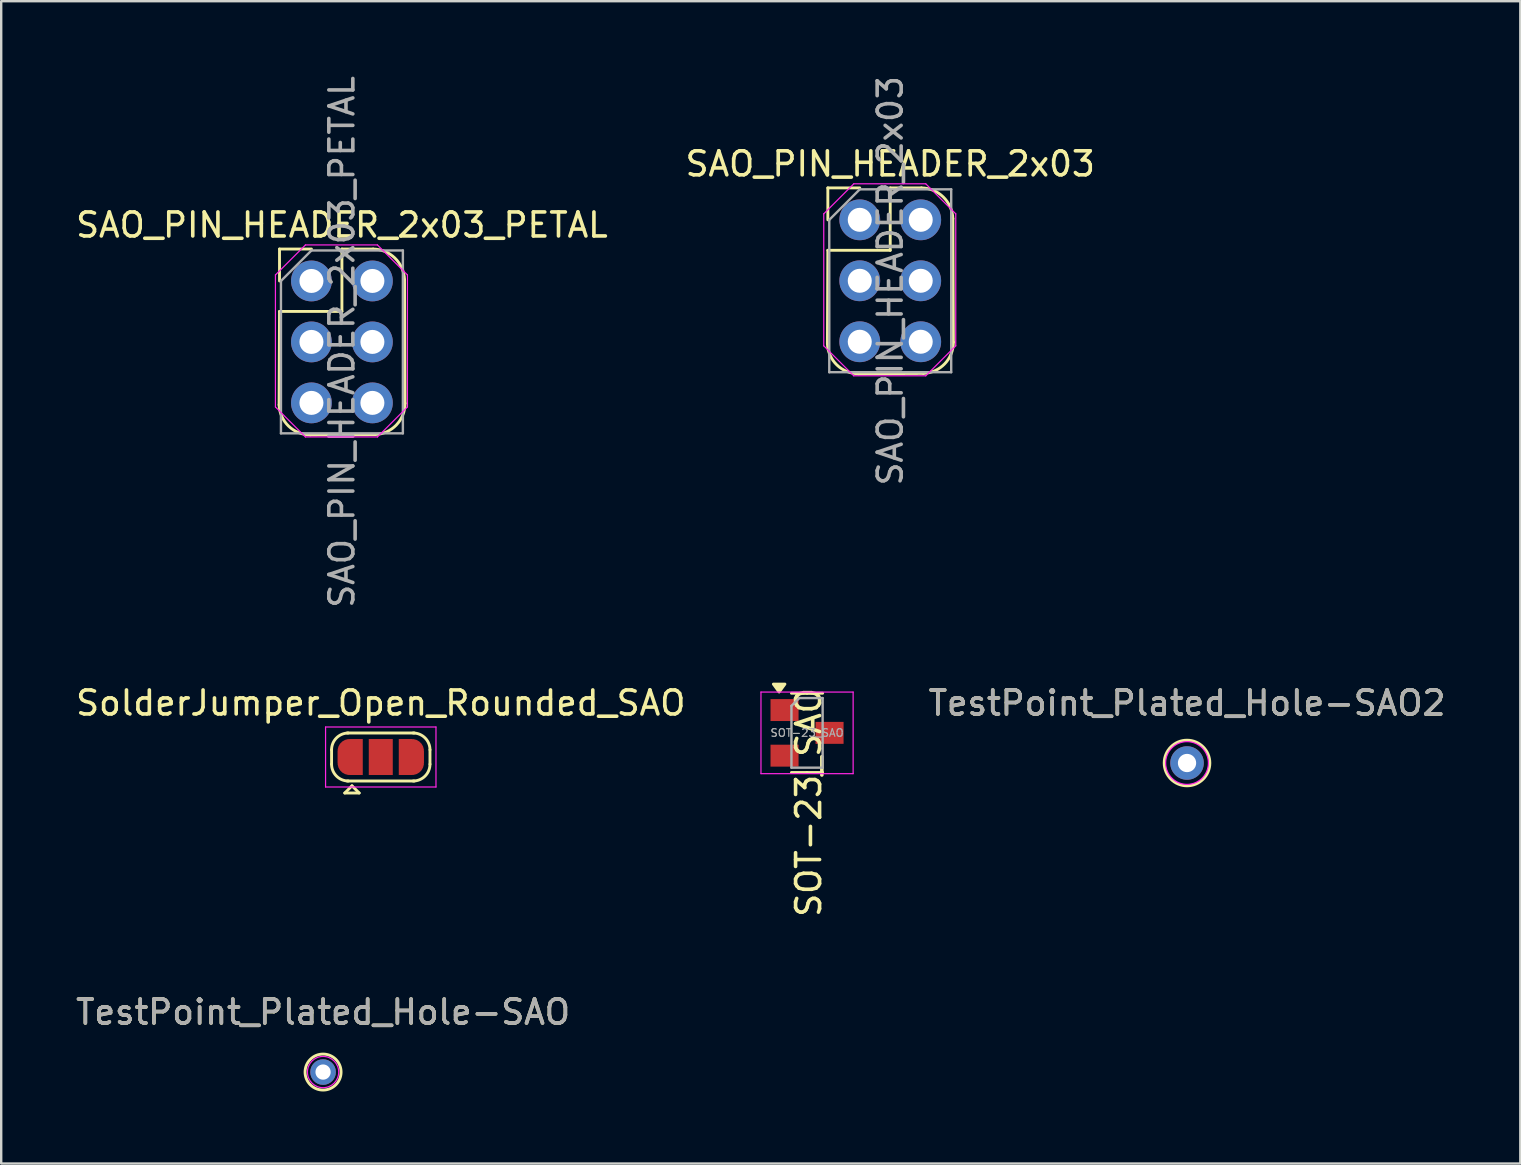
<source format=kicad_pcb>
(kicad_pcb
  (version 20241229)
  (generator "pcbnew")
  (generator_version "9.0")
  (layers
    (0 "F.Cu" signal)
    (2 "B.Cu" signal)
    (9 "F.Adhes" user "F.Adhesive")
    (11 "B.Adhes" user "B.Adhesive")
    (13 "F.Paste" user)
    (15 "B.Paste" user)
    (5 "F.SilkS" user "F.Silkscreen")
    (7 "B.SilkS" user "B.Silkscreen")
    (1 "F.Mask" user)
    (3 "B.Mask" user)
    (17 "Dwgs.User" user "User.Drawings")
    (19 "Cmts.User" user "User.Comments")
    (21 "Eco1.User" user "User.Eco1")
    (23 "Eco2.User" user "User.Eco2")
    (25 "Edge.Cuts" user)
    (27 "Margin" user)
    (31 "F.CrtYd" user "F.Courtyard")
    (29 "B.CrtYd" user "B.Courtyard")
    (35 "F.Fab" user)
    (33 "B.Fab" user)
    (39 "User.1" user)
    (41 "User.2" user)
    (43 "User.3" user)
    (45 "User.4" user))
  (footprint "SAO_PIN_HEADER_2x03"
    (layer "F.Cu")
    (at 32.772 6.109)
    (property "Reference" "SAO_PIN_HEADER_2x03" (at 1.27 -2.33 0) (layer "F.SilkS") (effects (font (size 1 1) (thickness 0.15))))
    (attr through_hole)
    (fp_line (start -1.33 -1.33) (end 0 -1.33) (stroke (width 0.12) (type solid)) (layer "F.SilkS"))
    (fp_line (start -1.33 0) (end -1.33 -1.33) (stroke (width 0.12) (type solid)) (layer "F.SilkS"))
    (fp_line (start -1.33 1.27) (end -1.348 5.163) (stroke (width 0.12) (type solid)) (layer "F.SilkS"))
    (fp_line (start -1.33 1.27) (end 1.27 1.27) (stroke (width 0.12) (type solid)) (layer "F.SilkS"))
    (fp_line (start -0.048 6.414) (end 2.65 6.4) (stroke (width 0.12) (type solid)) (layer "F.SilkS"))
    (fp_line (start 1.27 -1.33) (end 2.57 -1.33) (stroke (width 0.12) (type solid)) (layer "F.SilkS"))
    (fp_line (start 1.27 1.27) (end 1.27 -1.33) (stroke (width 0.12) (type solid)) (layer "F.SilkS"))
    (fp_line (start 3.879 -0.051) (end 3.901 5.1) (stroke (width 0.12) (type solid)) (layer "F.SilkS"))
    (fp_arc (start -0.047933 6.413532) (mid -0.95 6.05) (end -1.347933 5.162571) (stroke (width 0.12) (type default)) (layer "F.SilkS"))
    (fp_arc (start 2.57 -1.33) (mid 3.479487 -0.951501) (end 3.879167 -0.051122) (stroke (width 0.12) (type default)) (layer "F.SilkS"))
    (fp_arc (start 3.900961 5.1) (mid 3.537429 6.002067) (end 2.65 6.4) (stroke (width 0.12) (type default)) (layer "F.SilkS"))
    (fp_line (start -1.5 -0.25) (end -1.5 5.25) (stroke (width 0.05) (type solid)) (layer "F.CrtYd"))
    (fp_line (start -0.25 -1.5) (end -1.5 -0.25) (stroke (width 0.05) (type default)) (layer "F.CrtYd"))
    (fp_line (start -0.25 6.5) (end -1.5 5.25) (stroke (width 0.05) (type default)) (layer "F.CrtYd"))
    (fp_line (start -0.25 6.5) (end 2.75 6.5) (stroke (width 0.05) (type solid)) (layer "F.CrtYd"))
    (fp_line (start 2.75 -1.5) (end -0.25 -1.5) (stroke (width 0.05) (type solid)) (layer "F.CrtYd"))
    (fp_line (start 2.75 6.5) (end 4 5.25) (stroke (width 0.05) (type default)) (layer "F.CrtYd"))
    (fp_line (start 4 -0.25) (end 2.75 -1.5) (stroke (width 0.05) (type default)) (layer "F.CrtYd"))
    (fp_line (start 4 5.25) (end 4 -0.25) (stroke (width 0.05) (type solid)) (layer "F.CrtYd"))
    (fp_line (start -1.27 0) (end 0 -1.27) (stroke (width 0.1) (type solid)) (layer "F.Fab"))
    (fp_line (start -1.27 6.35) (end -1.27 0) (stroke (width 0.1) (type solid)) (layer "F.Fab"))
    (fp_line (start 0 -1.27) (end 3.81 -1.27) (stroke (width 0.1) (type solid)) (layer "F.Fab"))
    (fp_line (start 3.81 -1.27) (end 3.81 6.35) (stroke (width 0.1) (type solid)) (layer "F.Fab"))
    (fp_line (start 3.81 6.35) (end -1.27 6.35) (stroke (width 0.1) (type solid)) (layer "F.Fab"))
    (fp_text user "${REFERENCE}" (at 1.27 2.54 90) (layer "F.Fab") (effects (font (size 1 1) (thickness 0.15))))
    (pad "1" thru_hole oval (at 0 0) (size 1.7 1.7) (drill 1) (layers "*.Cu" "*.Mask"))
    (pad "2" thru_hole oval (at 2.54 0) (size 1.7 1.7) (drill 1) (layers "*.Cu" "*.Mask"))
    (pad "3" thru_hole oval (at 0 2.54) (size 1.7 1.7) (drill 1) (layers "*.Cu" "*.Mask"))
    (pad "4" thru_hole oval (at 2.54 2.54) (size 1.7 1.7) (drill 1) (layers "*.Cu" "*.Mask"))
    (pad "5" thru_hole oval (at 0 5.08) (size 1.7 1.7) (drill 1) (layers "*.Cu" "*.Mask"))
    (pad "6" thru_hole oval (at 2.54 5.08) (size 1.7 1.7) (drill 1) (layers "*.Cu" "*.Mask")))
  (footprint "TestPoint_Plated_Hole-SAO"
    (layer "F.Cu")
    (at 10.411 41.618)
    (property "Reference" "TestPoint_Plated_Hole-SAO" (at 0 -2.498 0) (layer "F.SilkS") (effects (font (size 1 1) (thickness 0.15))))
    (attr exclude_from_pos_files exclude_from_bom)
    (fp_circle (center 0 0) (end 0 -0.75) (stroke (width 0.12) (type solid)) (fill no) (layer "F.SilkS"))
    (fp_circle (center 0 0) (end 0.65 -0.05) (stroke (width 0.05) (type solid)) (fill no) (layer "F.CrtYd"))
    (fp_text user "${REFERENCE}" (at 0 -2.5 0) (layer "F.Fab") (effects (font (size 1 1) (thickness 0.15))))
    (pad "1" thru_hole circle (at 0 0) (size 1.067 1.067) (drill 0.635) (layers "*.Cu" "*.Mask")))
  (footprint "SolderJumper_Open_Rounded_SAO"
    (layer "F.Cu")
    (at 12.815 28.491)
    (property "Reference" "SolderJumper_Open_Rounded_SAO" (at 0 -2.25 0) (layer "F.SilkS") (effects (font (size 1 1) (thickness 0.15))))
    (attr exclude_from_pos_files exclude_from_bom)
    (fp_line (start -2.05 0.3) (end -2.05 -0.3) (stroke (width 0.12) (type solid)) (layer "F.SilkS"))
    (fp_line (start -1.5 1.5) (end -0.9 1.5) (stroke (width 0.12) (type solid)) (layer "F.SilkS"))
    (fp_line (start -1.4 -1) (end 1.4 -1) (stroke (width 0.12) (type solid)) (layer "F.SilkS"))
    (fp_line (start -1.2 1.2) (end -1.5 1.5) (stroke (width 0.12) (type solid)) (layer "F.SilkS"))
    (fp_line (start -1.2 1.2) (end -0.9 1.5) (stroke (width 0.12) (type solid)) (layer "F.SilkS"))
    (fp_line (start 1.4 1) (end -1.4 1) (stroke (width 0.12) (type solid)) (layer "F.SilkS"))
    (fp_line (start 2.05 -0.3) (end 2.05 0.3) (stroke (width 0.12) (type solid)) (layer "F.SilkS"))
    (fp_arc (start -2.05 -0.3) (mid -1.844975 -0.794975) (end -1.35 -1) (stroke (width 0.12) (type solid)) (layer "F.SilkS"))
    (fp_arc (start -1.35 1) (mid -1.844975 0.794975) (end -2.05 0.3) (stroke (width 0.12) (type solid)) (layer "F.SilkS"))
    (fp_arc (start 1.35 -1) (mid 1.844975 -0.794975) (end 2.05 -0.3) (stroke (width 0.12) (type solid)) (layer "F.SilkS"))
    (fp_arc (start 2.05 0.3) (mid 1.844975 0.794975) (end 1.35 1) (stroke (width 0.12) (type solid)) (layer "F.SilkS"))
    (fp_line (start -2.3 -1.25) (end -2.3 1.25) (stroke (width 0.05) (type solid)) (layer "F.CrtYd"))
    (fp_line (start -2.3 -1.25) (end 2.3 -1.25) (stroke (width 0.05) (type solid)) (layer "F.CrtYd"))
    (fp_line (start 2.3 1.25) (end -2.3 1.25) (stroke (width 0.05) (type solid)) (layer "F.CrtYd"))
    (fp_line (start 2.3 1.25) (end 2.3 -1.25) (stroke (width 0.05) (type solid)) (layer "F.CrtYd"))
    (pad "1" smd custom (at -1.3 0) (size 1 0.5) (layers "F.Cu" "F.Mask") (options (anchor rect)) (primitives (gr_circle (center 0 0.25) (end 0.5 0.25) (width 0) (fill yes)) (gr_circle (center 0 -0.25) (end 0.5 -0.25) (width 0) (fill yes)) (gr_poly (pts (xy 0.55 0.75) (xy 0 0.75) (xy 0 -0.75) (xy 0.55 -0.75)) (width 0) (fill yes))))
    (pad "2" smd rect (at 0 0 180) (size 1 1.5) (layers "F.Cu" "F.Mask"))
    (pad "3" smd custom (at 1.3 0) (size 1 0.5) (layers "F.Cu" "F.Mask") (options (anchor rect)) (primitives (gr_circle (center 0 0.25) (end 0.5 0.25) (width 0) (fill yes)) (gr_circle (center 0 -0.25) (end 0.5 -0.25) (width 0) (fill yes)) (gr_poly (pts (xy 0 0.75) (xy -0.55 0.75) (xy -0.55 -0.75) (xy 0 -0.75)) (width 0) (fill yes)))))
  (footprint "SAO_PIN_HEADER_2x03_PETAL"
    (layer "F.Cu")
    (at 9.926 8.656)
    (property "Reference" "SAO_PIN_HEADER_2x03_PETAL" (at 1.27 -2.33 0) (layer "F.SilkS") (effects (font (size 1 1) (thickness 0.15))))
    (attr through_hole)
    (fp_line (start -1.33 -1.33) (end 0 -1.33) (stroke (width 0.12) (type solid)) (layer "F.SilkS"))
    (fp_line (start -1.33 0) (end -1.33 -1.33) (stroke (width 0.12) (type solid)) (layer "F.SilkS"))
    (fp_line (start -1.33 1.27) (end -1.348 5.163) (stroke (width 0.12) (type solid)) (layer "F.SilkS"))
    (fp_line (start -1.33 1.27) (end 1.27 1.27) (stroke (width 0.12) (type solid)) (layer "F.SilkS"))
    (fp_line (start -0.048 6.414) (end 2.65 6.4) (stroke (width 0.12) (type solid)) (layer "F.SilkS"))
    (fp_line (start 1.27 -1.33) (end 2.57 -1.33) (stroke (width 0.12) (type solid)) (layer "F.SilkS"))
    (fp_line (start 1.27 1.27) (end 1.27 -1.33) (stroke (width 0.12) (type solid)) (layer "F.SilkS"))
    (fp_line (start 3.879 -0.051) (end 3.901 5.1) (stroke (width 0.12) (type solid)) (layer "F.SilkS"))
    (fp_arc (start -0.047933 6.413532) (mid -0.95 6.05) (end -1.347933 5.162571) (stroke (width 0.12) (type default)) (layer "F.SilkS"))
    (fp_arc (start 2.57 -1.33) (mid 3.479487 -0.951501) (end 3.879167 -0.051122) (stroke (width 0.12) (type default)) (layer "F.SilkS"))
    (fp_arc (start 3.900961 5.1) (mid 3.537429 6.002067) (end 2.65 6.4) (stroke (width 0.12) (type default)) (layer "F.SilkS"))
    (fp_line (start -1.5 -0.25) (end -1.5 5.25) (stroke (width 0.05) (type solid)) (layer "F.CrtYd"))
    (fp_line (start -0.25 -1.5) (end -1.5 -0.25) (stroke (width 0.05) (type default)) (layer "F.CrtYd"))
    (fp_line (start -0.25 6.5) (end -1.5 5.25) (stroke (width 0.05) (type default)) (layer "F.CrtYd"))
    (fp_line (start -0.25 6.5) (end 2.75 6.5) (stroke (width 0.05) (type solid)) (layer "F.CrtYd"))
    (fp_line (start 2.75 -1.5) (end -0.25 -1.5) (stroke (width 0.05) (type solid)) (layer "F.CrtYd"))
    (fp_line (start 2.75 6.5) (end 4 5.25) (stroke (width 0.05) (type default)) (layer "F.CrtYd"))
    (fp_line (start 4 -0.25) (end 2.75 -1.5) (stroke (width 0.05) (type default)) (layer "F.CrtYd"))
    (fp_line (start 4 5.25) (end 4 -0.25) (stroke (width 0.05) (type solid)) (layer "F.CrtYd"))
    (fp_line (start -1.27 0) (end 0 -1.27) (stroke (width 0.1) (type solid)) (layer "F.Fab"))
    (fp_line (start -1.27 6.35) (end -1.27 0) (stroke (width 0.1) (type solid)) (layer "F.Fab"))
    (fp_line (start 0 -1.27) (end 3.81 -1.27) (stroke (width 0.1) (type solid)) (layer "F.Fab"))
    (fp_line (start 3.81 -1.27) (end 3.81 6.35) (stroke (width 0.1) (type solid)) (layer "F.Fab"))
    (fp_line (start 3.81 6.35) (end -1.27 6.35) (stroke (width 0.1) (type solid)) (layer "F.Fab"))
    (fp_text user "${REFERENCE}" (at 1.27 2.54 90) (layer "F.Fab") (effects (font (size 1 1) (thickness 0.15))))
    (pad "1" thru_hole oval (at 0 0) (size 1.7 1.7) (drill 1) (layers "*.Cu" "*.Mask"))
    (pad "2" thru_hole oval (at 2.54 0) (size 1.7 1.7) (drill 1) (layers "*.Cu" "*.Mask"))
    (pad "3" thru_hole oval (at 0 2.54) (size 1.7 1.7) (drill 1) (layers "*.Cu" "*.Mask"))
    (pad "4" thru_hole oval (at 2.54 2.54) (size 1.7 1.7) (drill 1) (layers "*.Cu" "*.Mask"))
    (pad "5" thru_hole oval (at 0 5.08) (size 1.7 1.7) (drill 1) (layers "*.Cu" "*.Mask"))
    (pad "6" thru_hole oval (at 2.54 5.08) (size 1.7 1.7) (drill 1) (layers "*.Cu" "*.Mask")))
  (footprint "TestPoint_Plated_Hole-SAO2"
    (layer "F.Cu")
    (at 46.408 28.741)
    (property "Reference" "TestPoint_Plated_Hole-SAO2" (at 0 -2.498 0) (layer "F.SilkS") (effects (font (size 1 1) (thickness 0.15))))
    (attr exclude_from_pos_files exclude_from_bom)
    (fp_circle (center 0 0) (end 0.02 -0.95) (stroke (width 0.12) (type solid)) (fill no) (layer "F.SilkS"))
    (fp_circle (center 0 0) (end 0.89 -0.05) (stroke (width 0.05) (type solid)) (fill no) (layer "F.CrtYd"))
    (fp_text user "${REFERENCE}" (at 0 -2.5 0) (layer "F.Fab") (effects (font (size 1 1) (thickness 0.15))))
    (pad "1" thru_hole circle (at 0 0) (size 1.397 1.397) (drill 0.762) (layers "*.Cu" "*.Mask")))
  (footprint "SOT-23_SAO"
    (layer "F.Cu")
    (at 30.576 27.485)
    (property "Reference" "SOT-23_SAO" (at 0.067 2.898 90) (layer "F.SilkS") (effects (font (size 1 1) (thickness 0.15))))
    (attr smd)
    (fp_line (start 0 -1.651) (end -0.65 -1.651) (stroke (width 0.12) (type solid)) (layer "F.SilkS"))
    (fp_line (start 0 -1.651) (end 0.65 -1.651) (stroke (width 0.12) (type solid)) (layer "F.SilkS"))
    (fp_line (start 0 1.651) (end -0.65 1.651) (stroke (width 0.12) (type solid)) (layer "F.SilkS"))
    (fp_line (start 0 1.651) (end 0.65 1.651) (stroke (width 0.12) (type solid)) (layer "F.SilkS"))
    (fp_poly (pts (xy -1.163 -1.702) (xy -1.403 -2.032) (xy -0.922 -2.032) (xy -1.163 -1.702)) (stroke (width 0.12) (type solid)) (fill yes) (layer "F.SilkS"))
    (fp_line (start -1.92 -1.7) (end -1.92 1.7) (stroke (width 0.05) (type solid)) (layer "F.CrtYd"))
    (fp_line (start -1.92 1.7) (end 1.92 1.7) (stroke (width 0.05) (type solid)) (layer "F.CrtYd"))
    (fp_line (start 1.92 -1.7) (end -1.92 -1.7) (stroke (width 0.05) (type solid)) (layer "F.CrtYd"))
    (fp_line (start 1.92 1.7) (end 1.92 -1.7) (stroke (width 0.05) (type solid)) (layer "F.CrtYd"))
    (fp_line (start -0.65 -1.125) (end -0.325 -1.45) (stroke (width 0.1) (type solid)) (layer "F.Fab"))
    (fp_line (start -0.65 1.45) (end -0.65 -1.125) (stroke (width 0.1) (type solid)) (layer "F.Fab"))
    (fp_line (start -0.325 -1.45) (end 0.65 -1.45) (stroke (width 0.1) (type solid)) (layer "F.Fab"))
    (fp_line (start 0.65 -1.45) (end 0.65 1.45) (stroke (width 0.1) (type solid)) (layer "F.Fab"))
    (fp_line (start 0.65 1.45) (end -0.65 1.45) (stroke (width 0.1) (type solid)) (layer "F.Fab"))
    (fp_text user "${REFERENCE}" (at 0 0 0) (layer "F.Fab") (effects (font (size 0.32 0.32) (thickness 0.05))))
    (pad "1" smd rect (at -0.938 -0.95 180) (size 1.168 0.914) (layers "F.Cu" "F.Mask" "F.Paste"))
    (pad "2" smd rect (at -0.938 0.95 180) (size 1.168 0.914) (layers "F.Cu" "F.Mask" "F.Paste"))
    (pad "3" smd rect (at 0.938 0 180) (size 1.168 0.914) (layers "F.Cu" "F.Mask" "F.Paste")))
  (gr_rect
    (start -3 -3)
    (end 60.295 45.428)
    (stroke (width 0.1) (type default))
    (fill no)
    (layer "Edge.Cuts")))
</source>
